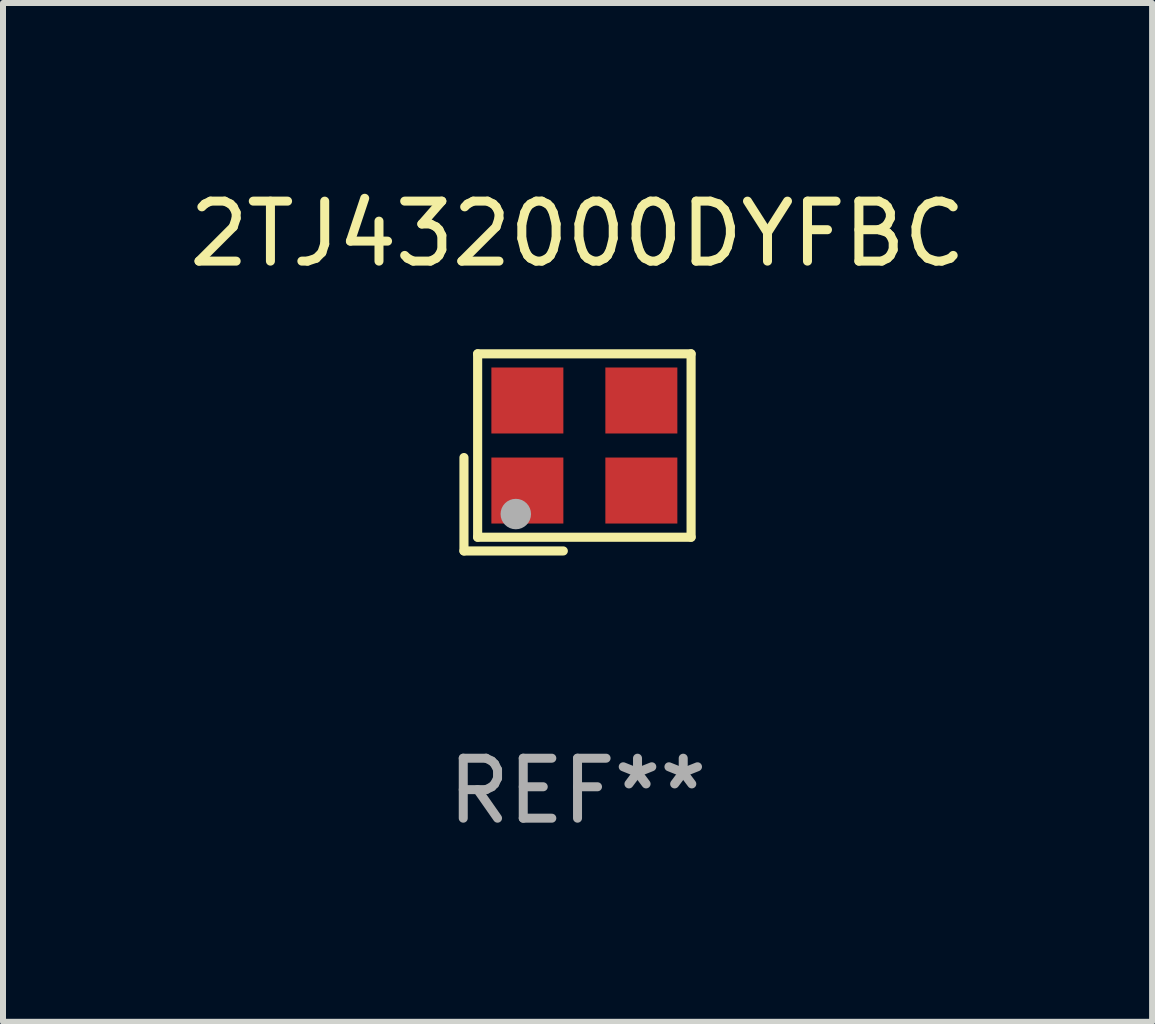
<source format=kicad_pcb>
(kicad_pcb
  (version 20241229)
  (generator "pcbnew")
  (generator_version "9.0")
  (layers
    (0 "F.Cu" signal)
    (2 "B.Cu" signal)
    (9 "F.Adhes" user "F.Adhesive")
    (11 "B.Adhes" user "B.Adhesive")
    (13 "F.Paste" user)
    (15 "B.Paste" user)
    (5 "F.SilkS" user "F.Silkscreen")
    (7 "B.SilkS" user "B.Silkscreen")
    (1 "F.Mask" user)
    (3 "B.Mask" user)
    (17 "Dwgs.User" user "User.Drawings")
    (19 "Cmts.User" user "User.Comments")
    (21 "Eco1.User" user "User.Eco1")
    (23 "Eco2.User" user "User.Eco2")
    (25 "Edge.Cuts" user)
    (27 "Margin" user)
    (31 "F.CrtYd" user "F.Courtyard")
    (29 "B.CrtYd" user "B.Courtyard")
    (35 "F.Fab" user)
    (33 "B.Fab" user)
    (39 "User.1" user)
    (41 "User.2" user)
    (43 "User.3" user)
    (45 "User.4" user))
  (footprint "2TJ432000DYFBC"
    (layer "F.Cu")
    (at 6.577 4.491)
    (property "Reference" "2TJ432000DYFBC" (at 0 -3.643 0) (layer "F.SilkS") (effects (font (size 1 1) (thickness 0.15))))
    (attr through_hole)
    (fp_line (start -1.893 0.086) (end -1.893 1.643) (stroke (width 0.152) (type solid)) (layer "F.SilkS"))
    (fp_line (start -1.893 1.643) (end -0.237 1.643) (stroke (width 0.152) (type solid)) (layer "F.SilkS"))
    (fp_line (start -1.665 -1.643) (end 1.893 -1.643) (stroke (width 0.152) (type solid)) (layer "F.SilkS"))
    (fp_line (start -1.665 1.414) (end -1.665 -1.643) (stroke (width 0.152) (type solid)) (layer "F.SilkS"))
    (fp_line (start 1.893 -1.643) (end 1.893 1.414) (stroke (width 0.152) (type solid)) (layer "F.SilkS"))
    (fp_line (start 1.893 1.414) (end -1.665 1.414) (stroke (width 0.152) (type solid)) (layer "F.SilkS"))
    (fp_circle (center -1.136 0.885) (end -1.106 0.885) (stroke (width 0.06) (type solid)) (fill no) (layer "F.SilkS"))
    (fp_circle (center -1.029 1.028) (end -0.902 1.028) (stroke (width 0.254) (type solid)) (fill no) (layer "F.Fab"))
    (fp_text user "REF**" (at 0 5.643 0) (layer "F.Fab") (effects (font (size 1 1) (thickness 0.15))))
    (pad "1" smd rect (at -0.836 0.636) (size 1.2 1.1) (layers "F.Cu" "F.Mask" "F.Paste"))
    (pad "2" smd rect (at 1.064 0.636) (size 1.2 1.1) (layers "F.Cu" "F.Mask" "F.Paste"))
    (pad "3" smd rect (at 1.064 -0.865) (size 1.2 1.1) (layers "F.Cu" "F.Mask" "F.Paste"))
    (pad "4" smd rect (at -0.836 -0.865) (size 1.2 1.1) (layers "F.Cu" "F.Mask" "F.Paste")))
  (gr_rect
    (start -3 -3)
    (end 16.155 13.983)
    (stroke (width 0.1) (type default))
    (fill no)
    (layer "Edge.Cuts")))
</source>
